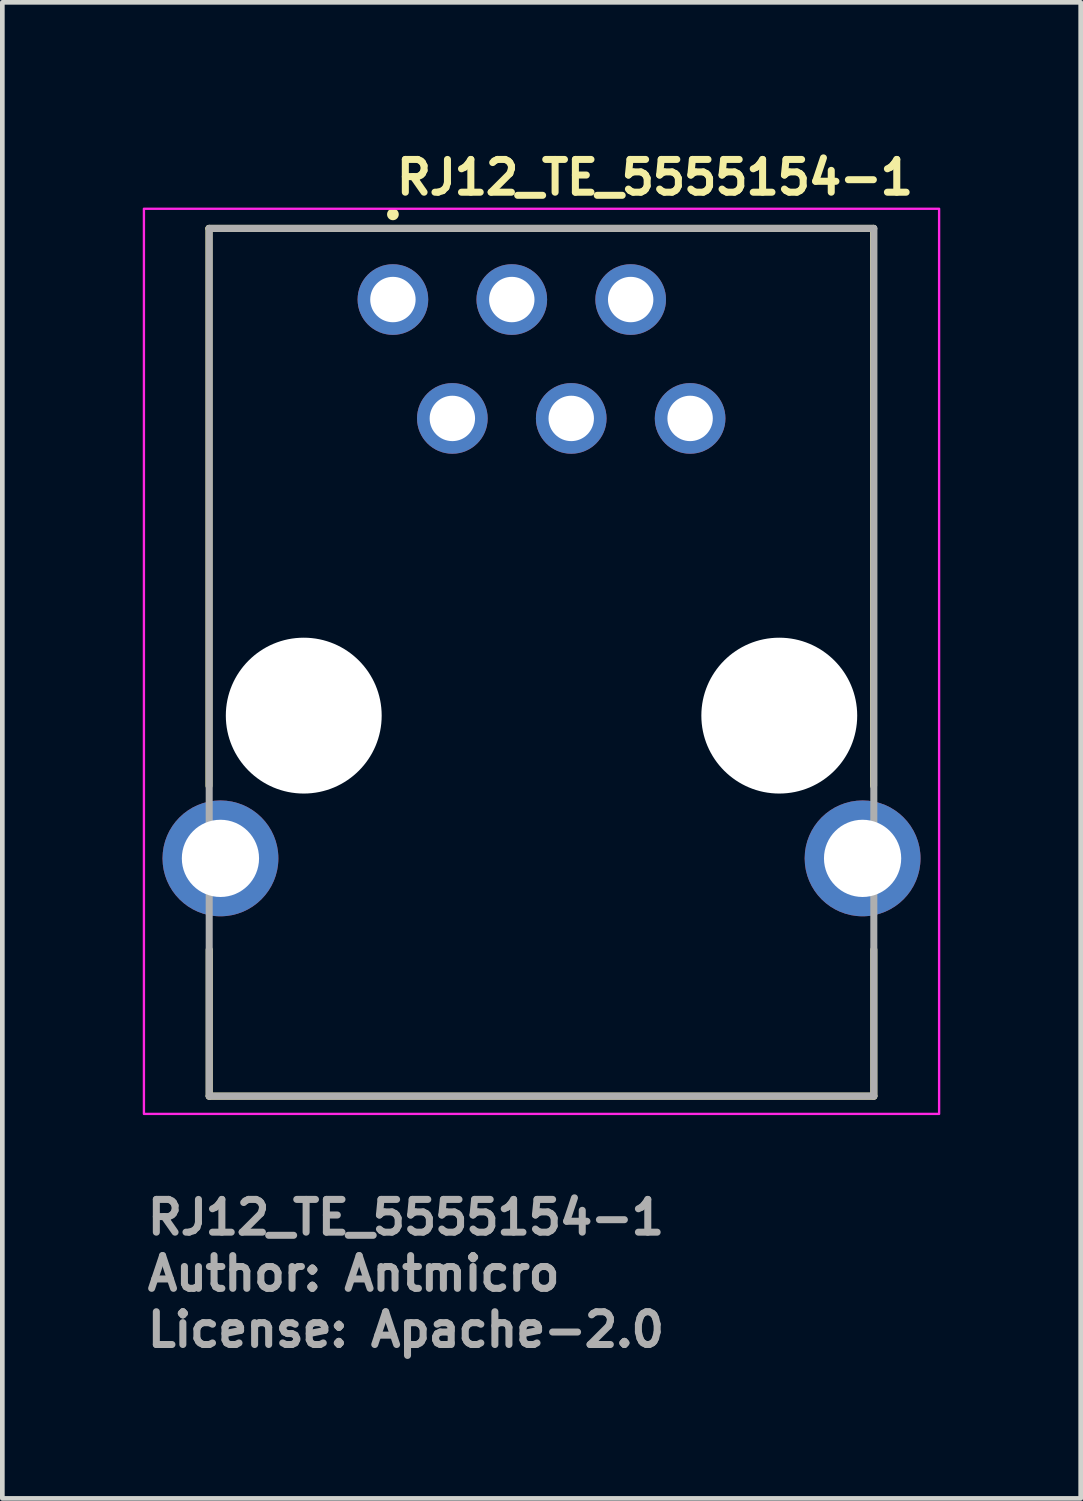
<source format=kicad_pcb>
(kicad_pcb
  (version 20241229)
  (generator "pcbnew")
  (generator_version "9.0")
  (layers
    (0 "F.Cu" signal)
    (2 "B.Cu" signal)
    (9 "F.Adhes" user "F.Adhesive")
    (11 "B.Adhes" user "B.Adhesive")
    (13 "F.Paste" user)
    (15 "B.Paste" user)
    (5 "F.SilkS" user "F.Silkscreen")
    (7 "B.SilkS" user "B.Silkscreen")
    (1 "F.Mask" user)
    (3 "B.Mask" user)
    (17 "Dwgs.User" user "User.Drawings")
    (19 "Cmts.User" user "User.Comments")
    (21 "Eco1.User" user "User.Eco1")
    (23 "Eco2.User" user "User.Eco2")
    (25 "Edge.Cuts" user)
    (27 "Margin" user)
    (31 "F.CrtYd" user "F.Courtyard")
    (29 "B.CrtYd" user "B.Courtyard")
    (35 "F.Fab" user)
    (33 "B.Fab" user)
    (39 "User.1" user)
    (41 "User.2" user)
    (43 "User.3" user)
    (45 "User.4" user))
  (footprint "RJ12_TE_5555154-1"
    (layer "F.Cu")
    (at 5.345 3.35)
    (property "Reference" "RJ12_TE_5555154-1" (at 0 -2.2 0) (layer "F.SilkS") (effects (font (size 0.7 0.7) (thickness 0.15)) (justify left bottom)))
    (attr through_hole)
    (fp_line (start -3.93 -1.52) (end 10.27 -1.52) (stroke (width 0.15) (type solid)) (layer "F.SilkS"))
    (fp_line (start -3.93 10.39) (end -3.93 -1.52) (stroke (width 0.15) (type solid)) (layer "F.SilkS"))
    (fp_line (start -3.925 13.89) (end -3.925 17.02) (stroke (width 0.15) (type solid)) (layer "F.SilkS"))
    (fp_line (start -3.925 17.02) (end 10.275 17.02) (stroke (width 0.15) (type solid)) (layer "F.SilkS"))
    (fp_line (start 10.27 -1.52) (end 10.27 10.39) (stroke (width 0.15) (type solid)) (layer "F.SilkS"))
    (fp_line (start 10.275 17.02) (end 10.275 13.89) (stroke (width 0.15) (type solid)) (layer "F.SilkS"))
    (fp_circle (center 0 -1.82) (end 0.05 -1.82) (stroke (width 0.15) (type solid)) (fill yes) (layer "F.SilkS"))
    (fp_rect (start -5.32 -1.94) (end 11.67 17.4) (stroke (width 0.05) (type solid)) (fill no) (layer "F.CrtYd"))
    (fp_line (start -3.925 -1.52) (end 10.275 -1.52) (stroke (width 0.15) (type solid)) (layer "F.Fab"))
    (fp_line (start -3.925 17.02) (end -3.925 -1.52) (stroke (width 0.15) (type solid)) (layer "F.Fab"))
    (fp_line (start 10.275 -1.52) (end 10.275 17.02) (stroke (width 0.15) (type solid)) (layer "F.Fab"))
    (fp_line (start 10.275 17.02) (end -3.925 17.02) (stroke (width 0.15) (type solid)) (layer "F.Fab"))
    (fp_rect (start -4.763 -1.542) (end 11.113 17) (stroke (width 0.1) (type solid)) (fill no) (layer "User.5"))
    (fp_line (start -4.763 13.063) (end -3.861 13.063) (stroke (width 0.02) (type solid)) (layer "User.9"))
    (fp_line (start -4.763 14.333) (end -4.763 13.063) (stroke (width 0.02) (type solid)) (layer "User.9"))
    (fp_line (start -3.861 9.621) (end -3.612 9.621) (stroke (width 0.02) (type solid)) (layer "User.9"))
    (fp_line (start -3.861 14.333) (end -4.763 14.333) (stroke (width 0.02) (type solid)) (layer "User.9"))
    (fp_line (start -3.861 16.606) (end -3.861 9.621) (stroke (width 0.02) (type solid)) (layer "User.9"))
    (fp_line (start -3.861 16.606) (end -3.86 16.627) (stroke (width 0.02) (type solid)) (layer "User.9"))
    (fp_line (start -3.86 16.627) (end -3.859 16.647) (stroke (width 0.02) (type solid)) (layer "User.9"))
    (fp_line (start -3.859 16.647) (end -3.856 16.666) (stroke (width 0.02) (type solid)) (layer "User.9"))
    (fp_line (start -3.856 16.666) (end -3.853 16.686) (stroke (width 0.02) (type solid)) (layer "User.9"))
    (fp_line (start -3.853 16.686) (end -3.848 16.705) (stroke (width 0.02) (type solid)) (layer "User.9"))
    (fp_line (start -3.848 16.705) (end -3.843 16.723) (stroke (width 0.02) (type solid)) (layer "User.9"))
    (fp_line (start -3.843 16.723) (end -3.837 16.742) (stroke (width 0.02) (type solid)) (layer "User.9"))
    (fp_line (start -3.837 16.742) (end -3.83 16.76) (stroke (width 0.02) (type solid)) (layer "User.9"))
    (fp_line (start -3.83 16.76) (end -3.822 16.777) (stroke (width 0.02) (type solid)) (layer "User.9"))
    (fp_line (start -3.822 16.777) (end -3.813 16.794) (stroke (width 0.02) (type solid)) (layer "User.9"))
    (fp_line (start -3.813 16.794) (end -3.804 16.81) (stroke (width 0.02) (type solid)) (layer "User.9"))
    (fp_line (start -3.804 16.81) (end -3.794 16.826) (stroke (width 0.02) (type solid)) (layer "User.9"))
    (fp_line (start -3.794 16.826) (end -3.783 16.842) (stroke (width 0.02) (type solid)) (layer "User.9"))
    (fp_line (start -3.783 16.842) (end -3.771 16.857) (stroke (width 0.02) (type solid)) (layer "User.9"))
    (fp_line (start -3.771 16.857) (end -3.759 16.871) (stroke (width 0.02) (type solid)) (layer "User.9"))
    (fp_line (start -3.759 16.871) (end -3.745 16.885) (stroke (width 0.02) (type solid)) (layer "User.9"))
    (fp_line (start -3.745 16.885) (end -3.732 16.898) (stroke (width 0.02) (type solid)) (layer "User.9"))
    (fp_line (start -3.732 16.898) (end -3.718 16.91) (stroke (width 0.02) (type solid)) (layer "User.9"))
    (fp_line (start -3.718 16.91) (end -3.703 16.922) (stroke (width 0.02) (type solid)) (layer "User.9"))
    (fp_line (start -3.703 16.922) (end -3.687 16.933) (stroke (width 0.02) (type solid)) (layer "User.9"))
    (fp_line (start -3.687 16.933) (end -3.671 16.943) (stroke (width 0.02) (type solid)) (layer "User.9"))
    (fp_line (start -3.671 16.943) (end -3.655 16.952) (stroke (width 0.02) (type solid)) (layer "User.9"))
    (fp_line (start -3.655 16.952) (end -3.638 16.961) (stroke (width 0.02) (type solid)) (layer "User.9"))
    (fp_line (start -3.638 16.961) (end -3.62 16.969) (stroke (width 0.02) (type solid)) (layer "User.9"))
    (fp_line (start -3.62 16.969) (end -3.602 16.976) (stroke (width 0.02) (type solid)) (layer "User.9"))
    (fp_line (start -3.612 9.621) (end -3.612 16.606) (stroke (width 0.02) (type solid)) (layer "User.9"))
    (fp_line (start -3.612 13.063) (end -3.467 13.063) (stroke (width 0.02) (type solid)) (layer "User.9"))
    (fp_line (start -3.612 16.613) (end -3.612 16.606) (stroke (width 0.02) (type solid)) (layer "User.9"))
    (fp_line (start -3.611 16.621) (end -3.612 16.613) (stroke (width 0.02) (type solid)) (layer "User.9"))
    (fp_line (start -3.61 16.628) (end -3.611 16.621) (stroke (width 0.02) (type solid)) (layer "User.9"))
    (fp_line (start -3.609 16.635) (end -3.61 16.628) (stroke (width 0.02) (type solid)) (layer "User.9"))
    (fp_line (start -3.608 16.642) (end -3.609 16.635) (stroke (width 0.02) (type solid)) (layer "User.9"))
    (fp_line (start -3.606 16.648) (end -3.608 16.642) (stroke (width 0.02) (type solid)) (layer "User.9"))
    (fp_line (start -3.603 16.655) (end -3.606 16.648) (stroke (width 0.02) (type solid)) (layer "User.9"))
    (fp_line (start -3.602 16.976) (end -3.584 16.982) (stroke (width 0.02) (type solid)) (layer "User.9"))
    (fp_line (start -3.601 16.662) (end -3.603 16.655) (stroke (width 0.02) (type solid)) (layer "User.9"))
    (fp_line (start -3.598 16.668) (end -3.601 16.662) (stroke (width 0.02) (type solid)) (layer "User.9"))
    (fp_line (start -3.595 16.674) (end -3.598 16.668) (stroke (width 0.02) (type solid)) (layer "User.9"))
    (fp_line (start -3.591 16.681) (end -3.595 16.674) (stroke (width 0.02) (type solid)) (layer "User.9"))
    (fp_line (start -3.588 16.687) (end -3.591 16.681) (stroke (width 0.02) (type solid)) (layer "User.9"))
    (fp_line (start -3.584 16.982) (end -3.565 16.988) (stroke (width 0.02) (type solid)) (layer "User.9"))
    (fp_line (start -3.583 16.692) (end -3.588 16.687) (stroke (width 0.02) (type solid)) (layer "User.9"))
    (fp_line (start -3.579 16.698) (end -3.583 16.692) (stroke (width 0.02) (type solid)) (layer "User.9"))
    (fp_line (start -3.574 16.703) (end -3.579 16.698) (stroke (width 0.02) (type solid)) (layer "User.9"))
    (fp_line (start -3.569 16.709) (end -3.574 16.703) (stroke (width 0.02) (type solid)) (layer "User.9"))
    (fp_line (start -3.569 16.709) (end -3.569 16.709) (stroke (width 0.02) (type solid)) (layer "User.9"))
    (fp_line (start -3.565 16.988) (end -3.546 16.992) (stroke (width 0.02) (type solid)) (layer "User.9"))
    (fp_line (start -3.564 16.714) (end -3.569 16.709) (stroke (width 0.02) (type solid)) (layer "User.9"))
    (fp_line (start -3.559 16.718) (end -3.564 16.714) (stroke (width 0.02) (type solid)) (layer "User.9"))
    (fp_line (start -3.553 16.723) (end -3.559 16.718) (stroke (width 0.02) (type solid)) (layer "User.9"))
    (fp_line (start -3.547 16.727) (end -3.553 16.723) (stroke (width 0.02) (type solid)) (layer "User.9"))
    (fp_line (start -3.546 16.992) (end -3.527 16.995) (stroke (width 0.02) (type solid)) (layer "User.9"))
    (fp_line (start -3.541 16.731) (end -3.547 16.727) (stroke (width 0.02) (type solid)) (layer "User.9"))
    (fp_line (start -3.535 16.734) (end -3.541 16.731) (stroke (width 0.02) (type solid)) (layer "User.9"))
    (fp_line (start -3.529 16.737) (end -3.535 16.734) (stroke (width 0.02) (type solid)) (layer "User.9"))
    (fp_line (start -3.527 16.995) (end -3.507 16.998) (stroke (width 0.02) (type solid)) (layer "User.9"))
    (fp_line (start -3.523 16.74) (end -3.529 16.737) (stroke (width 0.02) (type solid)) (layer "User.9"))
    (fp_line (start -3.516 16.743) (end -3.523 16.74) (stroke (width 0.02) (type solid)) (layer "User.9"))
    (fp_line (start -3.509 16.745) (end -3.516 16.743) (stroke (width 0.02) (type solid)) (layer "User.9"))
    (fp_line (start -3.507 16.998) (end -3.487 16.999) (stroke (width 0.02) (type solid)) (layer "User.9"))
    (fp_line (start -3.502 16.747) (end -3.509 16.745) (stroke (width 0.02) (type solid)) (layer "User.9"))
    (fp_line (start -3.495 16.748) (end -3.502 16.747) (stroke (width 0.02) (type solid)) (layer "User.9"))
    (fp_line (start -3.488 16.75) (end -3.495 16.748) (stroke (width 0.02) (type solid)) (layer "User.9"))
    (fp_line (start -3.487 16.999) (end -3.467 17) (stroke (width 0.02) (type solid)) (layer "User.9"))
    (fp_line (start -3.481 16.75) (end -3.488 16.75) (stroke (width 0.02) (type solid)) (layer "User.9"))
    (fp_line (start -3.474 16.751) (end -3.481 16.75) (stroke (width 0.02) (type solid)) (layer "User.9"))
    (fp_line (start -3.467 1.89) (end -3.467 -1.542) (stroke (width 0.02) (type solid)) (layer "User.9"))
    (fp_line (start -3.467 1.983) (end -3.467 1.89) (stroke (width 0.02) (type solid)) (layer "User.9"))
    (fp_line (start -3.467 1.983) (end -3.467 1.983) (stroke (width 0.02) (type solid)) (layer "User.9"))
    (fp_line (start -3.467 2.086) (end -3.467 1.983) (stroke (width 0.02) (type solid)) (layer "User.9"))
    (fp_line (start -3.467 2.086) (end -3.467 2.086) (stroke (width 0.02) (type solid)) (layer "User.9"))
    (fp_line (start -3.467 2.2) (end -3.467 2.086) (stroke (width 0.02) (type solid)) (layer "User.9"))
    (fp_line (start -3.467 2.2) (end -3.467 2.2) (stroke (width 0.02) (type solid)) (layer "User.9"))
    (fp_line (start -3.467 2.324) (end -3.467 2.2) (stroke (width 0.02) (type solid)) (layer "User.9"))
    (fp_line (start -3.467 2.324) (end -3.467 2.324) (stroke (width 0.02) (type solid)) (layer "User.9"))
    (fp_line (start -3.467 2.456) (end -3.467 2.324) (stroke (width 0.02) (type solid)) (layer "User.9"))
    (fp_line (start -3.467 2.456) (end -3.467 2.456) (stroke (width 0.02) (type solid)) (layer "User.9"))
    (fp_line (start -3.467 2.597) (end -3.467 2.456) (stroke (width 0.02) (type solid)) (layer "User.9"))
    (fp_line (start -3.467 2.597) (end -3.467 2.597) (stroke (width 0.02) (type solid)) (layer "User.9"))
    (fp_line (start -3.467 2.745) (end -3.467 2.597) (stroke (width 0.02) (type solid)) (layer "User.9"))
    (fp_line (start -3.467 2.745) (end -3.467 2.745) (stroke (width 0.02) (type solid)) (layer "User.9"))
    (fp_line (start -3.467 3.913) (end -3.467 2.745) (stroke (width 0.02) (type solid)) (layer "User.9"))
    (fp_line (start -3.467 14.333) (end -3.612 14.333) (stroke (width 0.02) (type solid)) (layer "User.9"))
    (fp_line (start -3.467 16.751) (end -3.474 16.751) (stroke (width 0.02) (type solid)) (layer "User.9"))
    (fp_line (start -3.467 17) (end -3.467 3.913) (stroke (width 0.02) (type solid)) (layer "User.9"))
    (fp_line (start -1.905 16.624) (end -1.905 14.211) (stroke (width 0.02) (type solid)) (layer "User.9"))
    (fp_line (start -1.905 16.89) (end -1.905 16.624) (stroke (width 0.02) (type solid)) (layer "User.9"))
    (fp_line (start -1.905 16.89) (end -1.905 16.89) (stroke (width 0.02) (type solid)) (layer "User.9"))
    (fp_line (start -1.905 17) (end -3.467 17) (stroke (width 0.02) (type solid)) (layer "User.9"))
    (fp_line (start -1.905 17) (end -1.905 16.89) (stroke (width 0.02) (type solid)) (layer "User.9"))
    (fp_line (start 0.452 14.211) (end -1.905 14.211) (stroke (width 0.02) (type solid)) (layer "User.9"))
    (fp_line (start 0.452 14.211) (end 0.452 15.989) (stroke (width 0.02) (type solid)) (layer "User.9"))
    (fp_line (start 0.452 15.989) (end 0.452 16.002) (stroke (width 0.02) (type solid)) (layer "User.9"))
    (fp_line (start 0.452 16.002) (end 0.453 16.015) (stroke (width 0.02) (type solid)) (layer "User.9"))
    (fp_line (start 0.453 16.015) (end 0.455 16.028) (stroke (width 0.02) (type solid)) (layer "User.9"))
    (fp_line (start 0.455 16.028) (end 0.457 16.04) (stroke (width 0.02) (type solid)) (layer "User.9"))
    (fp_line (start 0.457 16.04) (end 0.46 16.053) (stroke (width 0.02) (type solid)) (layer "User.9"))
    (fp_line (start 0.46 16.053) (end 0.464 16.065) (stroke (width 0.02) (type solid)) (layer "User.9"))
    (fp_line (start 0.464 16.065) (end 0.468 16.076) (stroke (width 0.02) (type solid)) (layer "User.9"))
    (fp_line (start 0.468 16.076) (end 0.472 16.088) (stroke (width 0.02) (type solid)) (layer "User.9"))
    (fp_line (start 0.472 16.088) (end 0.477 16.099) (stroke (width 0.02) (type solid)) (layer "User.9"))
    (fp_line (start 0.477 16.099) (end 0.483 16.11) (stroke (width 0.02) (type solid)) (layer "User.9"))
    (fp_line (start 0.483 16.11) (end 0.489 16.121) (stroke (width 0.02) (type solid)) (layer "User.9"))
    (fp_line (start 0.489 16.121) (end 0.496 16.131) (stroke (width 0.02) (type solid)) (layer "User.9"))
    (fp_line (start 0.496 16.131) (end 0.503 16.141) (stroke (width 0.02) (type solid)) (layer "User.9"))
    (fp_line (start 0.503 16.141) (end 0.51 16.151) (stroke (width 0.02) (type solid)) (layer "User.9"))
    (fp_line (start 0.51 16.151) (end 0.518 16.16) (stroke (width 0.02) (type solid)) (layer "User.9"))
    (fp_line (start 0.518 16.16) (end 0.527 16.169) (stroke (width 0.02) (type solid)) (layer "User.9"))
    (fp_line (start 0.527 16.169) (end 0.535 16.177) (stroke (width 0.02) (type solid)) (layer "User.9"))
    (fp_line (start 0.535 16.177) (end 0.545 16.185) (stroke (width 0.02) (type solid)) (layer "User.9"))
    (fp_line (start 0.545 16.185) (end 0.554 16.193) (stroke (width 0.02) (type solid)) (layer "User.9"))
    (fp_line (start 0.554 16.193) (end 0.564 16.2) (stroke (width 0.02) (type solid)) (layer "User.9"))
    (fp_line (start 0.564 16.2) (end 0.574 16.206) (stroke (width 0.02) (type solid)) (layer "User.9"))
    (fp_line (start 0.574 16.206) (end 0.585 16.212) (stroke (width 0.02) (type solid)) (layer "User.9"))
    (fp_line (start 0.585 16.212) (end 0.596 16.218) (stroke (width 0.02) (type solid)) (layer "User.9"))
    (fp_line (start 0.596 16.218) (end 0.607 16.223) (stroke (width 0.02) (type solid)) (layer "User.9"))
    (fp_line (start 0.607 16.223) (end 0.619 16.228) (stroke (width 0.02) (type solid)) (layer "User.9"))
    (fp_line (start 0.619 16.228) (end 0.631 16.232) (stroke (width 0.02) (type solid)) (layer "User.9"))
    (fp_line (start 0.631 16.232) (end 0.643 16.235) (stroke (width 0.02) (type solid)) (layer "User.9"))
    (fp_line (start 0.643 16.235) (end 0.655 16.238) (stroke (width 0.02) (type solid)) (layer "User.9"))
    (fp_line (start 0.655 16.238) (end 0.667 16.24) (stroke (width 0.02) (type solid)) (layer "User.9"))
    (fp_line (start 0.667 16.24) (end 0.68 16.242) (stroke (width 0.02) (type solid)) (layer "User.9"))
    (fp_line (start 0.68 16.242) (end 0.693 16.243) (stroke (width 0.02) (type solid)) (layer "User.9"))
    (fp_line (start 0.693 16.243) (end 0.706 16.243) (stroke (width 0.02) (type solid)) (layer "User.9"))
    (fp_line (start 0.706 16.243) (end 0.706 16.243) (stroke (width 0.02) (type solid)) (layer "User.9"))
    (fp_line (start 0.706 16.243) (end 0.719 16.243) (stroke (width 0.02) (type solid)) (layer "User.9"))
    (fp_line (start 0.719 16.243) (end 0.732 16.242) (stroke (width 0.02) (type solid)) (layer "User.9"))
    (fp_line (start 0.732 16.242) (end 0.745 16.24) (stroke (width 0.02) (type solid)) (layer "User.9"))
    (fp_line (start 0.745 16.24) (end 0.757 16.238) (stroke (width 0.02) (type solid)) (layer "User.9"))
    (fp_line (start 0.757 16.238) (end 0.77 16.235) (stroke (width 0.02) (type solid)) (layer "User.9"))
    (fp_line (start 0.77 16.235) (end 0.782 16.232) (stroke (width 0.02) (type solid)) (layer "User.9"))
    (fp_line (start 0.782 16.232) (end 0.793 16.228) (stroke (width 0.02) (type solid)) (layer "User.9"))
    (fp_line (start 0.793 16.228) (end 0.805 16.223) (stroke (width 0.02) (type solid)) (layer "User.9"))
    (fp_line (start 0.805 16.223) (end 0.816 16.218) (stroke (width 0.02) (type solid)) (layer "User.9"))
    (fp_line (start 0.816 16.218) (end 0.827 16.212) (stroke (width 0.02) (type solid)) (layer "User.9"))
    (fp_line (start 0.827 16.212) (end 0.838 16.206) (stroke (width 0.02) (type solid)) (layer "User.9"))
    (fp_line (start 0.838 16.206) (end 0.848 16.2) (stroke (width 0.02) (type solid)) (layer "User.9"))
    (fp_line (start 0.848 16.2) (end 0.858 16.193) (stroke (width 0.02) (type solid)) (layer "User.9"))
    (fp_line (start 0.858 16.193) (end 0.868 16.185) (stroke (width 0.02) (type solid)) (layer "User.9"))
    (fp_line (start 0.868 16.185) (end 0.877 16.177) (stroke (width 0.02) (type solid)) (layer "User.9"))
    (fp_line (start 0.877 16.177) (end 0.886 16.169) (stroke (width 0.02) (type solid)) (layer "User.9"))
    (fp_line (start 0.886 16.169) (end 0.894 16.16) (stroke (width 0.02) (type solid)) (layer "User.9"))
    (fp_line (start 0.894 16.16) (end 0.902 16.151) (stroke (width 0.02) (type solid)) (layer "User.9"))
    (fp_line (start 0.902 16.151) (end 0.91 16.141) (stroke (width 0.02) (type solid)) (layer "User.9"))
    (fp_line (start 0.91 16.141) (end 0.917 16.131) (stroke (width 0.02) (type solid)) (layer "User.9"))
    (fp_line (start 0.917 16.131) (end 0.923 16.121) (stroke (width 0.02) (type solid)) (layer "User.9"))
    (fp_line (start 0.923 16.121) (end 0.929 16.11) (stroke (width 0.02) (type solid)) (layer "User.9"))
    (fp_line (start 0.929 16.11) (end 0.935 16.099) (stroke (width 0.02) (type solid)) (layer "User.9"))
    (fp_line (start 0.935 16.099) (end 0.94 16.088) (stroke (width 0.02) (type solid)) (layer "User.9"))
    (fp_line (start 0.94 16.088) (end 0.945 16.076) (stroke (width 0.02) (type solid)) (layer "User.9"))
    (fp_line (start 0.945 16.076) (end 0.949 16.065) (stroke (width 0.02) (type solid)) (layer "User.9"))
    (fp_line (start 0.949 16.065) (end 0.952 16.053) (stroke (width 0.02) (type solid)) (layer "User.9"))
    (fp_line (start 0.952 16.053) (end 0.955 16.04) (stroke (width 0.02) (type solid)) (layer "User.9"))
    (fp_line (start 0.955 16.04) (end 0.957 16.028) (stroke (width 0.02) (type solid)) (layer "User.9"))
    (fp_line (start 0.957 16.028) (end 0.959 16.015) (stroke (width 0.02) (type solid)) (layer "User.9"))
    (fp_line (start 0.959 16.015) (end 0.96 16.002) (stroke (width 0.02) (type solid)) (layer "User.9"))
    (fp_line (start 0.96 14.211) (end 0.96 15.989) (stroke (width 0.02) (type solid)) (layer "User.9"))
    (fp_line (start 0.96 16.002) (end 0.96 15.989) (stroke (width 0.02) (type solid)) (layer "User.9"))
    (fp_line (start 5.39 14.211) (end 0.96 14.211) (stroke (width 0.02) (type solid)) (layer "User.9"))
    (fp_line (start 5.39 14.211) (end 5.39 15.989) (stroke (width 0.02) (type solid)) (layer "User.9"))
    (fp_line (start 5.39 15.989) (end 5.39 16.002) (stroke (width 0.02) (type solid)) (layer "User.9"))
    (fp_line (start 5.39 16.002) (end 5.391 16.015) (stroke (width 0.02) (type solid)) (layer "User.9"))
    (fp_line (start 5.391 16.015) (end 5.393 16.028) (stroke (width 0.02) (type solid)) (layer "User.9"))
    (fp_line (start 5.393 16.028) (end 5.395 16.04) (stroke (width 0.02) (type solid)) (layer "User.9"))
    (fp_line (start 5.395 16.04) (end 5.398 16.053) (stroke (width 0.02) (type solid)) (layer "User.9"))
    (fp_line (start 5.398 16.053) (end 5.401 16.065) (stroke (width 0.02) (type solid)) (layer "User.9"))
    (fp_line (start 5.401 16.065) (end 5.405 16.076) (stroke (width 0.02) (type solid)) (layer "User.9"))
    (fp_line (start 5.405 16.076) (end 5.41 16.088) (stroke (width 0.02) (type solid)) (layer "User.9"))
    (fp_line (start 5.41 16.088) (end 5.415 16.099) (stroke (width 0.02) (type solid)) (layer "User.9"))
    (fp_line (start 5.415 16.099) (end 5.421 16.11) (stroke (width 0.02) (type solid)) (layer "User.9"))
    (fp_line (start 5.421 16.11) (end 5.427 16.121) (stroke (width 0.02) (type solid)) (layer "User.9"))
    (fp_line (start 5.427 16.121) (end 5.433 16.131) (stroke (width 0.02) (type solid)) (layer "User.9"))
    (fp_line (start 5.433 16.131) (end 5.44 16.141) (stroke (width 0.02) (type solid)) (layer "User.9"))
    (fp_line (start 5.44 16.141) (end 5.448 16.151) (stroke (width 0.02) (type solid)) (layer "User.9"))
    (fp_line (start 5.448 16.151) (end 5.456 16.16) (stroke (width 0.02) (type solid)) (layer "User.9"))
    (fp_line (start 5.456 16.16) (end 5.464 16.169) (stroke (width 0.02) (type solid)) (layer "User.9"))
    (fp_line (start 5.464 16.169) (end 5.473 16.177) (stroke (width 0.02) (type solid)) (layer "User.9"))
    (fp_line (start 5.473 16.177) (end 5.482 16.185) (stroke (width 0.02) (type solid)) (layer "User.9"))
    (fp_line (start 5.482 16.185) (end 5.492 16.193) (stroke (width 0.02) (type solid)) (layer "User.9"))
    (fp_line (start 5.492 16.193) (end 5.502 16.2) (stroke (width 0.02) (type solid)) (layer "User.9"))
    (fp_line (start 5.502 16.2) (end 5.512 16.206) (stroke (width 0.02) (type solid)) (layer "User.9"))
    (fp_line (start 5.512 16.206) (end 5.523 16.212) (stroke (width 0.02) (type solid)) (layer "User.9"))
    (fp_line (start 5.523 16.212) (end 5.534 16.218) (stroke (width 0.02) (type solid)) (layer "User.9"))
    (fp_line (start 5.534 16.218) (end 5.545 16.223) (stroke (width 0.02) (type solid)) (layer "User.9"))
    (fp_line (start 5.545 16.223) (end 5.557 16.228) (stroke (width 0.02) (type solid)) (layer "User.9"))
    (fp_line (start 5.557 16.228) (end 5.568 16.232) (stroke (width 0.02) (type solid)) (layer "User.9"))
    (fp_line (start 5.568 16.232) (end 5.58 16.235) (stroke (width 0.02) (type solid)) (layer "User.9"))
    (fp_line (start 5.58 16.235) (end 5.593 16.238) (stroke (width 0.02) (type solid)) (layer "User.9"))
    (fp_line (start 5.593 16.238) (end 5.605 16.24) (stroke (width 0.02) (type solid)) (layer "User.9"))
    (fp_line (start 5.605 16.24) (end 5.618 16.242) (stroke (width 0.02) (type solid)) (layer "User.9"))
    (fp_line (start 5.618 16.242) (end 5.631 16.243) (stroke (width 0.02) (type solid)) (layer "User.9"))
    (fp_line (start 5.631 16.243) (end 5.644 16.243) (stroke (width 0.02) (type solid)) (layer "User.9"))
    (fp_line (start 5.644 16.243) (end 5.644 16.243) (stroke (width 0.02) (type solid)) (layer "User.9"))
    (fp_line (start 5.644 16.243) (end 5.657 16.243) (stroke (width 0.02) (type solid)) (layer "User.9"))
    (fp_line (start 5.657 16.243) (end 5.67 16.242) (stroke (width 0.02) (type solid)) (layer "User.9"))
    (fp_line (start 5.67 16.242) (end 5.683 16.24) (stroke (width 0.02) (type solid)) (layer "User.9"))
    (fp_line (start 5.683 16.24) (end 5.695 16.238) (stroke (width 0.02) (type solid)) (layer "User.9"))
    (fp_line (start 5.695 16.238) (end 5.707 16.235) (stroke (width 0.02) (type solid)) (layer "User.9"))
    (fp_line (start 5.707 16.235) (end 5.719 16.232) (stroke (width 0.02) (type solid)) (layer "User.9"))
    (fp_line (start 5.719 16.232) (end 5.731 16.228) (stroke (width 0.02) (type solid)) (layer "User.9"))
    (fp_line (start 5.731 16.228) (end 5.743 16.223) (stroke (width 0.02) (type solid)) (layer "User.9"))
    (fp_line (start 5.743 16.223) (end 5.754 16.218) (stroke (width 0.02) (type solid)) (layer "User.9"))
    (fp_line (start 5.754 16.218) (end 5.765 16.212) (stroke (width 0.02) (type solid)) (layer "User.9"))
    (fp_line (start 5.765 16.212) (end 5.776 16.206) (stroke (width 0.02) (type solid)) (layer "User.9"))
    (fp_line (start 5.776 16.206) (end 5.786 16.2) (stroke (width 0.02) (type solid)) (layer "User.9"))
    (fp_line (start 5.786 16.2) (end 5.796 16.193) (stroke (width 0.02) (type solid)) (layer "User.9"))
    (fp_line (start 5.796 16.193) (end 5.805 16.185) (stroke (width 0.02) (type solid)) (layer "User.9"))
    (fp_line (start 5.805 16.185) (end 5.815 16.177) (stroke (width 0.02) (type solid)) (layer "User.9"))
    (fp_line (start 5.815 16.177) (end 5.823 16.169) (stroke (width 0.02) (type solid)) (layer "User.9"))
    (fp_line (start 5.823 16.169) (end 5.832 16.16) (stroke (width 0.02) (type solid)) (layer "User.9"))
    (fp_line (start 5.832 16.16) (end 5.84 16.151) (stroke (width 0.02) (type solid)) (layer "User.9"))
    (fp_line (start 5.84 16.151) (end 5.847 16.141) (stroke (width 0.02) (type solid)) (layer "User.9"))
    (fp_line (start 5.847 16.141) (end 5.854 16.131) (stroke (width 0.02) (type solid)) (layer "User.9"))
    (fp_line (start 5.854 16.131) (end 5.861 16.121) (stroke (width 0.02) (type solid)) (layer "User.9"))
    (fp_line (start 5.861 16.121) (end 5.867 16.11) (stroke (width 0.02) (type solid)) (layer "User.9"))
    (fp_line (start 5.867 16.11) (end 5.873 16.099) (stroke (width 0.02) (type solid)) (layer "User.9"))
    (fp_line (start 5.873 16.099) (end 5.878 16.088) (stroke (width 0.02) (type solid)) (layer "User.9"))
    (fp_line (start 5.878 16.088) (end 5.882 16.076) (stroke (width 0.02) (type solid)) (layer "User.9"))
    (fp_line (start 5.882 16.076) (end 5.886 16.065) (stroke (width 0.02) (type solid)) (layer "User.9"))
    (fp_line (start 5.886 16.065) (end 5.89 16.053) (stroke (width 0.02) (type solid)) (layer "User.9"))
    (fp_line (start 5.89 16.053) (end 5.893 16.04) (stroke (width 0.02) (type solid)) (layer "User.9"))
    (fp_line (start 5.893 16.04) (end 5.895 16.028) (stroke (width 0.02) (type solid)) (layer "User.9"))
    (fp_line (start 5.895 16.028) (end 5.897 16.015) (stroke (width 0.02) (type solid)) (layer "User.9"))
    (fp_line (start 5.897 16.015) (end 5.898 16.002) (stroke (width 0.02) (type solid)) (layer "User.9"))
    (fp_line (start 5.898 14.211) (end 5.898 15.989) (stroke (width 0.02) (type solid)) (layer "User.9"))
    (fp_line (start 5.898 16.002) (end 5.898 15.989) (stroke (width 0.02) (type solid)) (layer "User.9"))
    (fp_line (start 8.255 14.211) (end 5.898 14.211) (stroke (width 0.02) (type solid)) (layer "User.9"))
    (fp_line (start 8.255 16.624) (end 8.255 14.211) (stroke (width 0.02) (type solid)) (layer "User.9"))
    (fp_line (start 8.255 16.89) (end 8.255 16.624) (stroke (width 0.02) (type solid)) (layer "User.9"))
    (fp_line (start 8.255 16.89) (end 8.255 16.89) (stroke (width 0.02) (type solid)) (layer "User.9"))
    (fp_line (start 8.255 17) (end -1.905 17) (stroke (width 0.02) (type solid)) (layer "User.9"))
    (fp_line (start 8.255 17) (end 8.255 16.89) (stroke (width 0.02) (type solid)) (layer "User.9"))
    (fp_line (start 9.817 -1.542) (end -3.467 -1.542) (stroke (width 0.02) (type solid)) (layer "User.9"))
    (fp_line (start 9.817 1.89) (end 9.817 -1.542) (stroke (width 0.02) (type solid)) (layer "User.9"))
    (fp_line (start 9.817 1.983) (end 9.817 1.89) (stroke (width 0.02) (type solid)) (layer "User.9"))
    (fp_line (start 9.817 1.983) (end 9.817 1.983) (stroke (width 0.02) (type solid)) (layer "User.9"))
    (fp_line (start 9.817 2.086) (end 9.817 1.983) (stroke (width 0.02) (type solid)) (layer "User.9"))
    (fp_line (start 9.817 2.086) (end 9.817 2.086) (stroke (width 0.02) (type solid)) (layer "User.9"))
    (fp_line (start 9.817 2.2) (end 9.817 2.086) (stroke (width 0.02) (type solid)) (layer "User.9"))
    (fp_line (start 9.817 2.2) (end 9.817 2.2) (stroke (width 0.02) (type solid)) (layer "User.9"))
    (fp_line (start 9.817 2.324) (end 9.817 2.2) (stroke (width 0.02) (type solid)) (layer "User.9"))
    (fp_line (start 9.817 2.324) (end 9.817 2.324) (stroke (width 0.02) (type solid)) (layer "User.9"))
    (fp_line (start 9.817 2.456) (end 9.817 2.324) (stroke (width 0.02) (type solid)) (layer "User.9"))
    (fp_line (start 9.817 2.456) (end 9.817 2.456) (stroke (width 0.02) (type solid)) (layer "User.9"))
    (fp_line (start 9.817 2.597) (end 9.817 2.456) (stroke (width 0.02) (type solid)) (layer "User.9"))
    (fp_line (start 9.817 2.597) (end 9.817 2.597) (stroke (width 0.02) (type solid)) (layer "User.9"))
    (fp_line (start 9.817 2.745) (end 9.817 2.597) (stroke (width 0.02) (type solid)) (layer "User.9"))
    (fp_line (start 9.817 2.745) (end 9.817 2.745) (stroke (width 0.02) (type solid)) (layer "User.9"))
    (fp_line (start 9.817 3.913) (end 9.817 2.745) (stroke (width 0.02) (type solid)) (layer "User.9"))
    (fp_line (start 9.817 17) (end 8.255 17) (stroke (width 0.02) (type solid)) (layer "User.9"))
    (fp_line (start 9.817 17) (end 9.817 3.913) (stroke (width 0.02) (type solid)) (layer "User.9"))
    (fp_line (start 9.817 17) (end 9.837 16.999) (stroke (width 0.02) (type solid)) (layer "User.9"))
    (fp_line (start 9.824 16.751) (end 9.817 16.751) (stroke (width 0.02) (type solid)) (layer "User.9"))
    (fp_line (start 9.831 16.75) (end 9.824 16.751) (stroke (width 0.02) (type solid)) (layer "User.9"))
    (fp_line (start 9.837 16.999) (end 9.857 16.998) (stroke (width 0.02) (type solid)) (layer "User.9"))
    (fp_line (start 9.838 16.75) (end 9.831 16.75) (stroke (width 0.02) (type solid)) (layer "User.9"))
    (fp_line (start 9.845 16.748) (end 9.838 16.75) (stroke (width 0.02) (type solid)) (layer "User.9"))
    (fp_line (start 9.852 16.747) (end 9.845 16.748) (stroke (width 0.02) (type solid)) (layer "User.9"))
    (fp_line (start 9.857 16.998) (end 9.877 16.995) (stroke (width 0.02) (type solid)) (layer "User.9"))
    (fp_line (start 9.859 16.745) (end 9.852 16.747) (stroke (width 0.02) (type solid)) (layer "User.9"))
    (fp_line (start 9.866 16.743) (end 9.859 16.745) (stroke (width 0.02) (type solid)) (layer "User.9"))
    (fp_line (start 9.872 16.74) (end 9.866 16.743) (stroke (width 0.02) (type solid)) (layer "User.9"))
    (fp_line (start 9.877 16.995) (end 9.896 16.992) (stroke (width 0.02) (type solid)) (layer "User.9"))
    (fp_line (start 9.879 16.737) (end 9.872 16.74) (stroke (width 0.02) (type solid)) (layer "User.9"))
    (fp_line (start 9.885 16.734) (end 9.879 16.737) (stroke (width 0.02) (type solid)) (layer "User.9"))
    (fp_line (start 9.891 16.731) (end 9.885 16.734) (stroke (width 0.02) (type solid)) (layer "User.9"))
    (fp_line (start 9.896 16.992) (end 9.915 16.988) (stroke (width 0.02) (type solid)) (layer "User.9"))
    (fp_line (start 9.897 16.727) (end 9.891 16.731) (stroke (width 0.02) (type solid)) (layer "User.9"))
    (fp_line (start 9.903 16.723) (end 9.897 16.727) (stroke (width 0.02) (type solid)) (layer "User.9"))
    (fp_line (start 9.909 16.718) (end 9.903 16.723) (stroke (width 0.02) (type solid)) (layer "User.9"))
    (fp_line (start 9.914 16.714) (end 9.909 16.718) (stroke (width 0.02) (type solid)) (layer "User.9"))
    (fp_line (start 9.915 16.988) (end 9.934 16.982) (stroke (width 0.02) (type solid)) (layer "User.9"))
    (fp_line (start 9.919 16.709) (end 9.914 16.714) (stroke (width 0.02) (type solid)) (layer "User.9"))
    (fp_line (start 9.919 16.709) (end 9.919 16.709) (stroke (width 0.02) (type solid)) (layer "User.9"))
    (fp_line (start 9.924 16.703) (end 9.919 16.709) (stroke (width 0.02) (type solid)) (layer "User.9"))
    (fp_line (start 9.929 16.698) (end 9.924 16.703) (stroke (width 0.02) (type solid)) (layer "User.9"))
    (fp_line (start 9.933 16.692) (end 9.929 16.698) (stroke (width 0.02) (type solid)) (layer "User.9"))
    (fp_line (start 9.934 16.982) (end 9.952 16.976) (stroke (width 0.02) (type solid)) (layer "User.9"))
    (fp_line (start 9.938 16.687) (end 9.933 16.692) (stroke (width 0.02) (type solid)) (layer "User.9"))
    (fp_line (start 9.941 16.681) (end 9.938 16.687) (stroke (width 0.02) (type solid)) (layer "User.9"))
    (fp_line (start 9.945 16.674) (end 9.941 16.681) (stroke (width 0.02) (type solid)) (layer "User.9"))
    (fp_line (start 9.948 16.668) (end 9.945 16.674) (stroke (width 0.02) (type solid)) (layer "User.9"))
    (fp_line (start 9.951 16.662) (end 9.948 16.668) (stroke (width 0.02) (type solid)) (layer "User.9"))
    (fp_line (start 9.952 16.976) (end 9.97 16.969) (stroke (width 0.02) (type solid)) (layer "User.9"))
    (fp_line (start 9.953 16.655) (end 9.951 16.662) (stroke (width 0.02) (type solid)) (layer "User.9"))
    (fp_line (start 9.956 16.648) (end 9.953 16.655) (stroke (width 0.02) (type solid)) (layer "User.9"))
    (fp_line (start 9.958 16.642) (end 9.956 16.648) (stroke (width 0.02) (type solid)) (layer "User.9"))
    (fp_line (start 9.959 16.635) (end 9.958 16.642) (stroke (width 0.02) (type solid)) (layer "User.9"))
    (fp_line (start 9.96 16.628) (end 9.959 16.635) (stroke (width 0.02) (type solid)) (layer "User.9"))
    (fp_line (start 9.961 16.621) (end 9.96 16.628) (stroke (width 0.02) (type solid)) (layer "User.9"))
    (fp_line (start 9.962 9.621) (end 10.211 9.621) (stroke (width 0.02) (type solid)) (layer "User.9"))
    (fp_line (start 9.962 13.063) (end 9.817 13.063) (stroke (width 0.02) (type solid)) (layer "User.9"))
    (fp_line (start 9.962 14.333) (end 9.817 14.333) (stroke (width 0.02) (type solid)) (layer "User.9"))
    (fp_line (start 9.962 16.606) (end 9.962 9.621) (stroke (width 0.02) (type solid)) (layer "User.9"))
    (fp_line (start 9.962 16.606) (end 9.962 16.613) (stroke (width 0.02) (type solid)) (layer "User.9"))
    (fp_line (start 9.962 16.613) (end 9.961 16.621) (stroke (width 0.02) (type solid)) (layer "User.9"))
    (fp_line (start 9.97 16.969) (end 9.988 16.961) (stroke (width 0.02) (type solid)) (layer "User.9"))
    (fp_line (start 9.988 16.961) (end 10.005 16.952) (stroke (width 0.02) (type solid)) (layer "User.9"))
    (fp_line (start 10.005 16.952) (end 10.021 16.943) (stroke (width 0.02) (type solid)) (layer "User.9"))
    (fp_line (start 10.021 16.943) (end 10.037 16.933) (stroke (width 0.02) (type solid)) (layer "User.9"))
    (fp_line (start 10.037 16.933) (end 10.053 16.922) (stroke (width 0.02) (type solid)) (layer "User.9"))
    (fp_line (start 10.053 16.922) (end 10.068 16.91) (stroke (width 0.02) (type solid)) (layer "User.9"))
    (fp_line (start 10.068 16.91) (end 10.082 16.898) (stroke (width 0.02) (type solid)) (layer "User.9"))
    (fp_line (start 10.082 16.898) (end 10.095 16.885) (stroke (width 0.02) (type solid)) (layer "User.9"))
    (fp_line (start 10.095 16.885) (end 10.109 16.871) (stroke (width 0.02) (type solid)) (layer "User.9"))
    (fp_line (start 10.109 16.871) (end 10.121 16.857) (stroke (width 0.02) (type solid)) (layer "User.9"))
    (fp_line (start 10.121 16.857) (end 10.133 16.842) (stroke (width 0.02) (type solid)) (layer "User.9"))
    (fp_line (start 10.133 16.842) (end 10.144 16.826) (stroke (width 0.02) (type solid)) (layer "User.9"))
    (fp_line (start 10.144 16.826) (end 10.154 16.81) (stroke (width 0.02) (type solid)) (layer "User.9"))
    (fp_line (start 10.154 16.81) (end 10.163 16.794) (stroke (width 0.02) (type solid)) (layer "User.9"))
    (fp_line (start 10.163 16.794) (end 10.172 16.777) (stroke (width 0.02) (type solid)) (layer "User.9"))
    (fp_line (start 10.172 16.777) (end 10.18 16.76) (stroke (width 0.02) (type solid)) (layer "User.9"))
    (fp_line (start 10.18 16.76) (end 10.187 16.742) (stroke (width 0.02) (type solid)) (layer "User.9"))
    (fp_line (start 10.187 16.742) (end 10.193 16.723) (stroke (width 0.02) (type solid)) (layer "User.9"))
    (fp_line (start 10.193 16.723) (end 10.198 16.705) (stroke (width 0.02) (type solid)) (layer "User.9"))
    (fp_line (start 10.198 16.705) (end 10.203 16.686) (stroke (width 0.02) (type solid)) (layer "User.9"))
    (fp_line (start 10.203 16.686) (end 10.206 16.666) (stroke (width 0.02) (type solid)) (layer "User.9"))
    (fp_line (start 10.206 16.666) (end 10.209 16.647) (stroke (width 0.02) (type solid)) (layer "User.9"))
    (fp_line (start 10.209 16.647) (end 10.21 16.627) (stroke (width 0.02) (type solid)) (layer "User.9"))
    (fp_line (start 10.21 16.627) (end 10.211 16.606) (stroke (width 0.02) (type solid)) (layer "User.9"))
    (fp_line (start 10.211 9.621) (end 10.211 16.606) (stroke (width 0.02) (type solid)) (layer "User.9"))
    (fp_line (start 11.113 13.063) (end 10.211 13.063) (stroke (width 0.02) (type solid)) (layer "User.9"))
    (fp_line (start 11.113 13.063) (end 11.113 14.333) (stroke (width 0.02) (type solid)) (layer "User.9"))
    (fp_line (start 11.113 14.333) (end 10.211 14.333) (stroke (width 0.02) (type solid)) (layer "User.9"))
    (fp_text user "Author: Antmicro" (at -5.32 21.22 0) (layer "F.Fab") (effects (font (size 0.7 0.7) (thickness 0.15)) (justify left bottom)))
    (fp_text user "${REFERENCE}" (at -5.32 20.02 0) (layer "F.Fab") (effects (font (size 0.7 0.7) (thickness 0.15)) (justify left bottom)))
    (fp_text user "License: Apache-2.0" (at -5.32 22.42 0) (layer "F.Fab") (effects (font (size 0.7 0.7) (thickness 0.15)) (justify left bottom)))
    (pad "" np_thru_hole circle (at -1.905 8.89) (size 3.33 3.33) (drill 3.33) (layers "*.Cu" "*.Mask"))
    (pad "" np_thru_hole circle (at 8.255 8.89) (size 3.33 3.33) (drill 3.33) (layers "*.Cu" "*.Mask"))
    (pad "1" thru_hole circle (at 0 0) (size 1.509 1.509) (drill 0.97) (layers "*.Cu" "*.Mask"))
    (pad "2" thru_hole circle (at 1.27 2.54) (size 1.509 1.509) (drill 0.97) (layers "*.Cu" "*.Mask"))
    (pad "3" thru_hole circle (at 2.54 0) (size 1.509 1.509) (drill 0.97) (layers "*.Cu" "*.Mask"))
    (pad "4" thru_hole circle (at 3.81 2.54) (size 1.509 1.509) (drill 0.97) (layers "*.Cu" "*.Mask"))
    (pad "5" thru_hole circle (at 5.08 0) (size 1.509 1.509) (drill 0.97) (layers "*.Cu" "*.Mask"))
    (pad "6" thru_hole circle (at 6.35 2.54) (size 1.509 1.509) (drill 0.97) (layers "*.Cu" "*.Mask"))
    (pad "SH1" thru_hole circle (at -3.685 11.94) (size 2.475 2.475) (drill 1.65) (layers "*.Cu" "*.Mask"))
    (pad "SH2" thru_hole circle (at 10.035 11.94) (size 2.475 2.475) (drill 1.65) (layers "*.Cu" "*.Mask")))
  (gr_rect
    (start -3 -3)
    (end 20.04 28.965)
    (stroke (width 0.1) (type default))
    (fill no)
    (layer "Edge.Cuts")))
</source>
